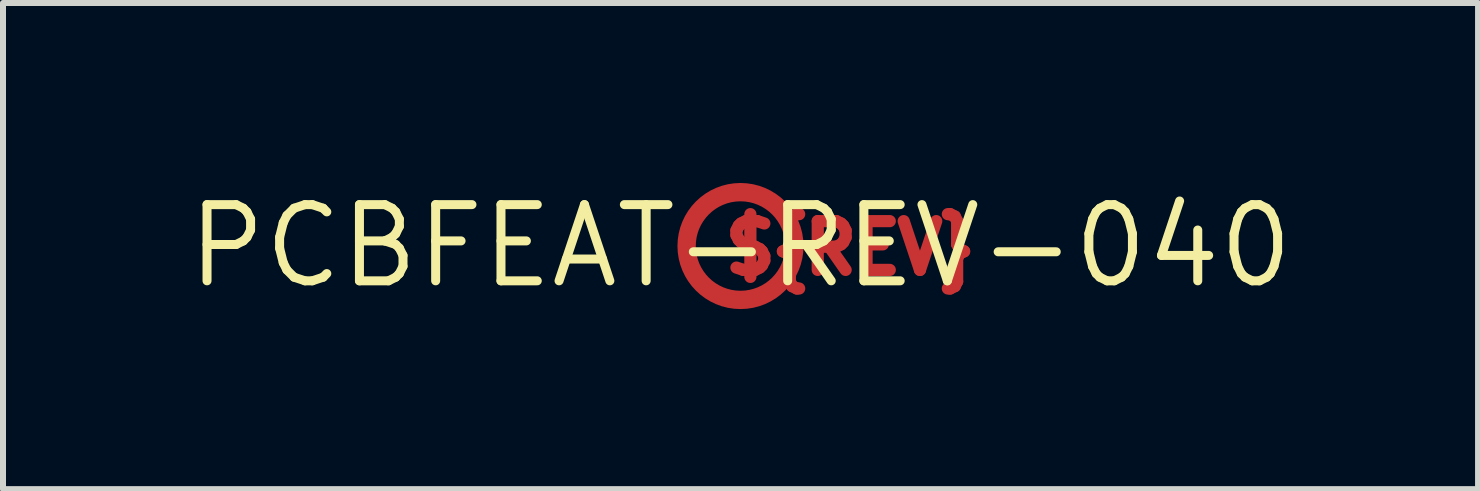
<source format=kicad_pcb>
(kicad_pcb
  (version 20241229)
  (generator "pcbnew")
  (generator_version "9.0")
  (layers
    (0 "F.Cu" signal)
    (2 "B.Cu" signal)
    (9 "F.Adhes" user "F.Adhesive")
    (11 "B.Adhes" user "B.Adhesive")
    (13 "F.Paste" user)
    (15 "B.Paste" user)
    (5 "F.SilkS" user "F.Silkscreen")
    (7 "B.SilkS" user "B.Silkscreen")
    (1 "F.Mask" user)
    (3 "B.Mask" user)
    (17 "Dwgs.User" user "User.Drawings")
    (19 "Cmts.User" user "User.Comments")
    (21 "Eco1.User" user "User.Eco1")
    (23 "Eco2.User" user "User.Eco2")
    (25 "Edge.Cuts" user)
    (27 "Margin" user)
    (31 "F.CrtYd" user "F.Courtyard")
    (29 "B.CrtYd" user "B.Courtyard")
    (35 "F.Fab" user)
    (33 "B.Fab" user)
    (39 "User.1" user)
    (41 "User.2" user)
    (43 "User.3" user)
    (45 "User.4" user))
  (footprint "PCBFEAT-REV-040"
    (layer "F.Cu")
    (at 9.29 1.05)
    (property "Reference" "PCBFEAT-REV-040" (at 0 0 0) (layer "F.SilkS") (effects (font (size 1.27 1.27) (thickness 0.15))))
    (fp_circle (center 0 0) (end 0.898 0) (stroke (width 0.305) (type solid)) (fill no) (layer "F.Cu"))
    (fp_text user "${REV}" (at -0.356 0.508 0) (unlocked yes) (layer "F.Cu") (effects (font (size 0.813 0.813) (thickness 0.203)) (justify left bottom))))
  (gr_rect
    (start -3 -3)
    (end 21.581 5.101)
    (stroke (width 0.1) (type default))
    (fill no)
    (layer "Edge.Cuts")))
</source>
